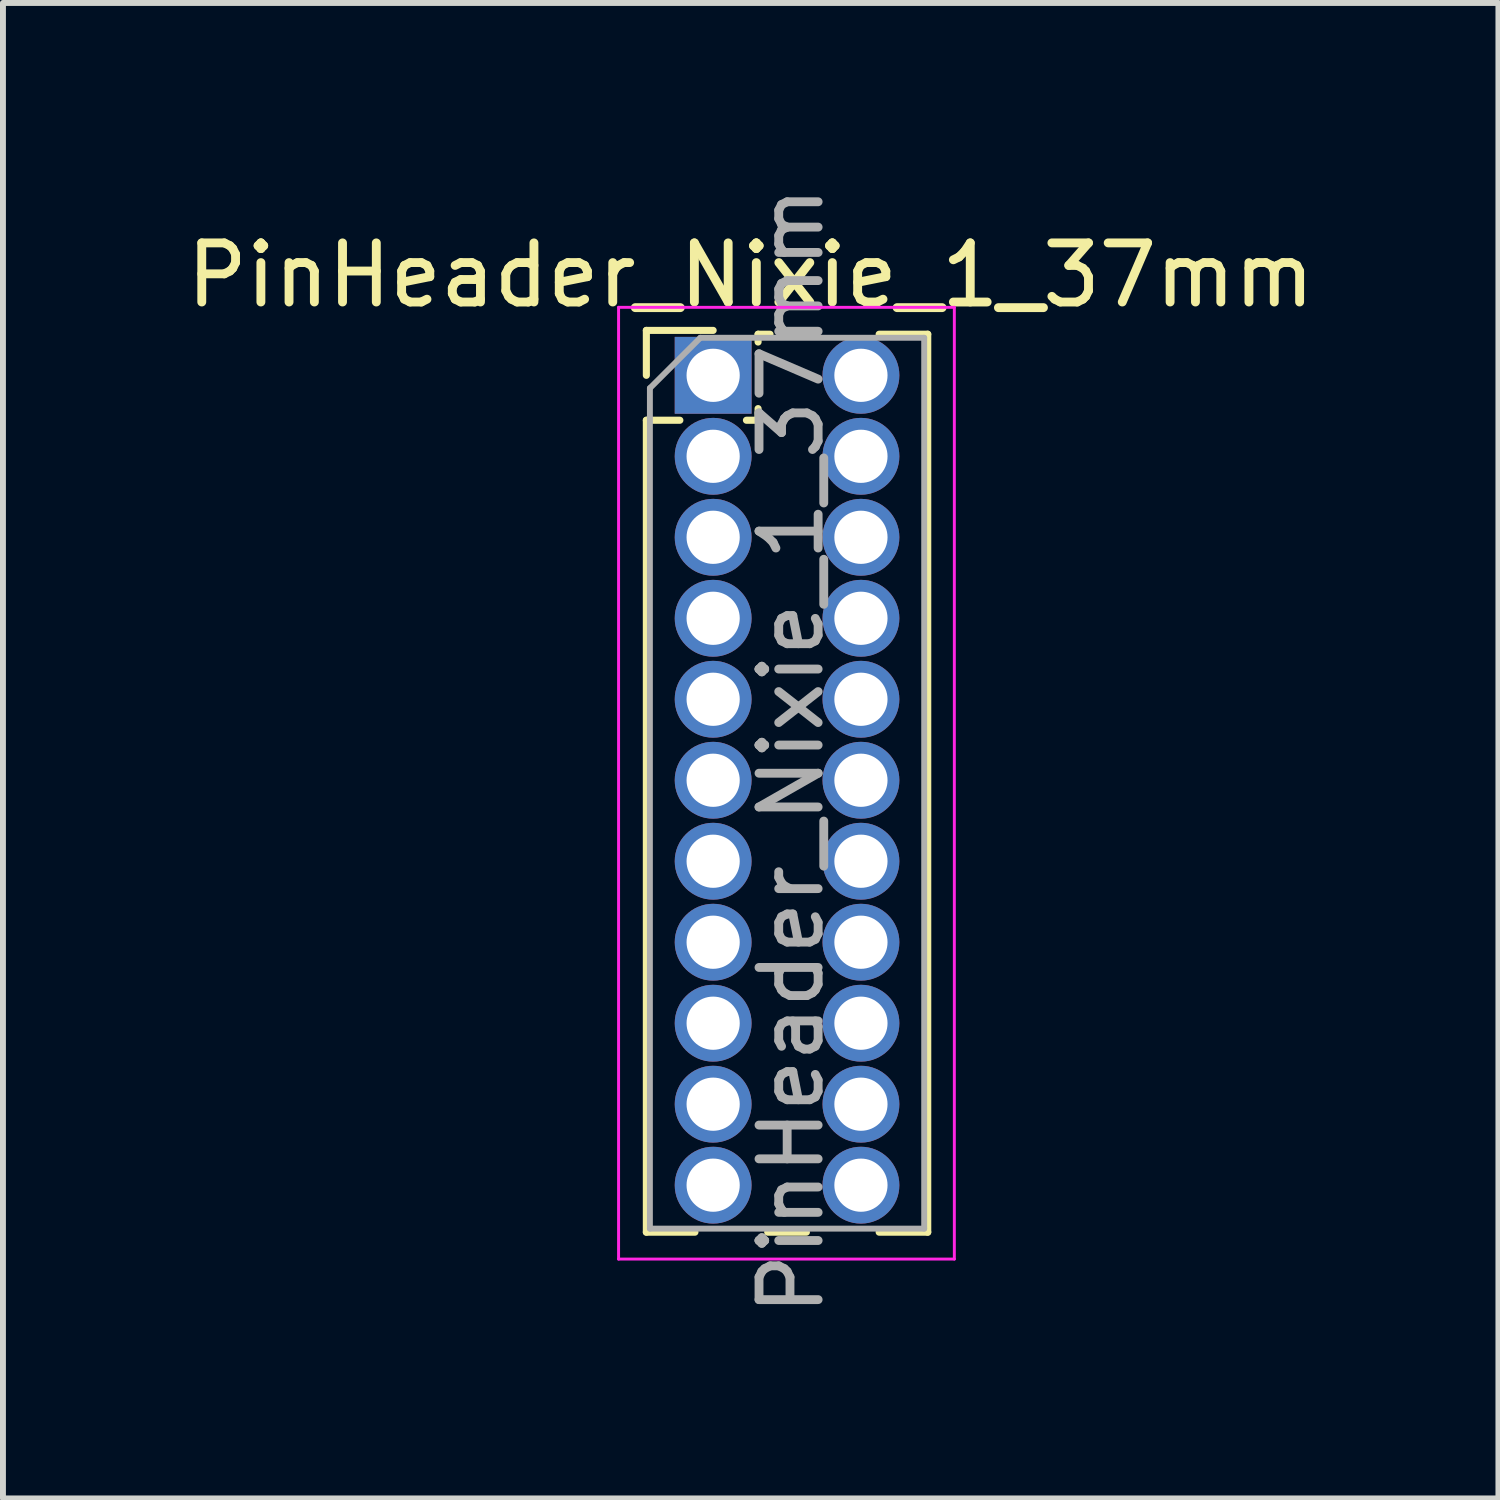
<source format=kicad_pcb>
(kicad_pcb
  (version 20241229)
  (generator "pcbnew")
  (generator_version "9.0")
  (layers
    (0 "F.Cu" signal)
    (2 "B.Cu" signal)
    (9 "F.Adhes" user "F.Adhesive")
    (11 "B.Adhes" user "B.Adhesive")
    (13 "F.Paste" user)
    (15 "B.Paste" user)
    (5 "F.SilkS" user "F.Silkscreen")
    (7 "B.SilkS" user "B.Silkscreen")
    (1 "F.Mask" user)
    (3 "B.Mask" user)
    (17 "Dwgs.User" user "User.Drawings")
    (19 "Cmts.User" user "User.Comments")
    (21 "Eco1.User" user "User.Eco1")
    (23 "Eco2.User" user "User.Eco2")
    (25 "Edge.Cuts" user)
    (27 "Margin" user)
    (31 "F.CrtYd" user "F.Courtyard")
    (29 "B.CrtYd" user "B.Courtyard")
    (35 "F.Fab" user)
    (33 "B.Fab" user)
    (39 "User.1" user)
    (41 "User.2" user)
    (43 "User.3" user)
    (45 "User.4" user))
  (footprint "PinHeader_Nixie_1_37mm"
    (layer "F.Cu")
    (at 9.014 3.299)
    (property "Reference" "PinHeader_Nixie_1_37mm" (at 0.635 -1.695 180) (layer "F.SilkS") (effects (font (size 1 1) (thickness 0.15))))
    (attr through_hole)
    (fp_line (start -1.13 -0.76) (end 0 -0.76) (stroke (width 0.12) (type solid)) (layer "F.SilkS"))
    (fp_line (start -1.13 0) (end -1.13 -0.76) (stroke (width 0.12) (type solid)) (layer "F.SilkS"))
    (fp_line (start -1.13 0.76) (end -1.13 14.495) (stroke (width 0.12) (type solid)) (layer "F.SilkS"))
    (fp_line (start -1.13 0.76) (end -0.563 0.76) (stroke (width 0.12) (type solid)) (layer "F.SilkS"))
    (fp_line (start -1.13 14.495) (end -0.308 14.495) (stroke (width 0.12) (type solid)) (layer "F.SilkS"))
    (fp_line (start 0.563 0.76) (end 0.707 0.76) (stroke (width 0.12) (type solid)) (layer "F.SilkS"))
    (fp_line (start 0.76 -0.695) (end 0.962 -0.695) (stroke (width 0.12) (type solid)) (layer "F.SilkS"))
    (fp_line (start 0.76 -0.563) (end 0.76 -0.695) (stroke (width 0.12) (type solid)) (layer "F.SilkS"))
    (fp_line (start 0.76 0.707) (end 0.76 0.563) (stroke (width 0.12) (type solid)) (layer "F.SilkS"))
    (fp_line (start 0.923 14.495) (end 1.577 14.495) (stroke (width 0.12) (type solid)) (layer "F.SilkS"))
    (fp_line (start 2.808 -0.695) (end 3.63 -0.695) (stroke (width 0.12) (type solid)) (layer "F.SilkS"))
    (fp_line (start 2.808 14.495) (end 3.63 14.495) (stroke (width 0.12) (type solid)) (layer "F.SilkS"))
    (fp_line (start 3.63 -0.695) (end 3.63 14.495) (stroke (width 0.12) (type solid)) (layer "F.SilkS"))
    (fp_line (start -1.6 -1.15) (end -1.6 14.95) (stroke (width 0.05) (type solid)) (layer "F.CrtYd"))
    (fp_line (start -1.6 14.95) (end 4.08 14.95) (stroke (width 0.05) (type solid)) (layer "F.CrtYd"))
    (fp_line (start 4.08 -1.15) (end -1.6 -1.15) (stroke (width 0.05) (type solid)) (layer "F.CrtYd"))
    (fp_line (start 4.08 14.95) (end 4.08 -1.15) (stroke (width 0.05) (type solid)) (layer "F.CrtYd"))
    (fp_line (start -1.07 0.217) (end -0.217 -0.635) (stroke (width 0.1) (type solid)) (layer "F.Fab"))
    (fp_line (start -1.07 14.435) (end -1.07 0.217) (stroke (width 0.1) (type solid)) (layer "F.Fab"))
    (fp_line (start -0.217 -0.635) (end 3.57 -0.635) (stroke (width 0.1) (type solid)) (layer "F.Fab"))
    (fp_line (start 3.57 -0.635) (end 3.57 14.435) (stroke (width 0.1) (type solid)) (layer "F.Fab"))
    (fp_line (start 3.57 14.435) (end -1.07 14.435) (stroke (width 0.1) (type solid)) (layer "F.Fab"))
    (fp_text user "${REFERENCE}" (at 1.321 6.35 270) (layer "F.Fab") (effects (font (size 1 1) (thickness 0.15))))
    (pad "1" thru_hole rect (at 0 0) (size 1.3 1.3) (drill 0.9) (layers "*.Cu" "*.Mask"))
    (pad "2" thru_hole oval (at 2.5 0) (size 1.3 1.3) (drill 0.9) (layers "*.Cu" "*.Mask"))
    (pad "3" thru_hole oval (at 0 1.37) (size 1.3 1.3) (drill 0.9) (layers "*.Cu" "*.Mask"))
    (pad "4" thru_hole oval (at 2.5 1.37) (size 1.3 1.3) (drill 0.9) (layers "*.Cu" "*.Mask"))
    (pad "5" thru_hole oval (at 0 2.74) (size 1.3 1.3) (drill 0.9) (layers "*.Cu" "*.Mask"))
    (pad "6" thru_hole oval (at 2.5 2.74) (size 1.3 1.3) (drill 0.9) (layers "*.Cu" "*.Mask"))
    (pad "7" thru_hole oval (at 0 4.11) (size 1.3 1.3) (drill 0.9) (layers "*.Cu" "*.Mask"))
    (pad "8" thru_hole oval (at 2.5 4.11) (size 1.3 1.3) (drill 0.9) (layers "*.Cu" "*.Mask"))
    (pad "9" thru_hole oval (at 0 5.48) (size 1.3 1.3) (drill 0.9) (layers "*.Cu" "*.Mask"))
    (pad "10" thru_hole oval (at 2.5 5.48) (size 1.3 1.3) (drill 0.9) (layers "*.Cu" "*.Mask"))
    (pad "11" thru_hole oval (at 0 6.85) (size 1.3 1.3) (drill 0.9) (layers "*.Cu" "*.Mask"))
    (pad "12" thru_hole oval (at 2.5 6.85) (size 1.3 1.3) (drill 0.9) (layers "*.Cu" "*.Mask"))
    (pad "13" thru_hole oval (at 0 8.22) (size 1.3 1.3) (drill 0.9) (layers "*.Cu" "*.Mask"))
    (pad "14" thru_hole oval (at 2.5 8.22) (size 1.3 1.3) (drill 0.9) (layers "*.Cu" "*.Mask"))
    (pad "15" thru_hole oval (at 0 9.59) (size 1.3 1.3) (drill 0.9) (layers "*.Cu" "*.Mask"))
    (pad "16" thru_hole oval (at 2.5 9.59) (size 1.3 1.3) (drill 0.9) (layers "*.Cu" "*.Mask"))
    (pad "17" thru_hole oval (at 0 10.96) (size 1.3 1.3) (drill 0.9) (layers "*.Cu" "*.Mask"))
    (pad "18" thru_hole oval (at 2.5 10.96) (size 1.3 1.3) (drill 0.9) (layers "*.Cu" "*.Mask"))
    (pad "19" thru_hole oval (at 0 12.33) (size 1.3 1.3) (drill 0.9) (layers "*.Cu" "*.Mask"))
    (pad "20" thru_hole oval (at 2.5 12.33) (size 1.3 1.3) (drill 0.9) (layers "*.Cu" "*.Mask"))
    (pad "21" thru_hole oval (at 0 13.7) (size 1.3 1.3) (drill 0.9) (layers "*.Cu" "*.Mask"))
    (pad "22" thru_hole oval (at 2.5 13.7) (size 1.3 1.3) (drill 0.9) (layers "*.Cu" "*.Mask")))
  (gr_rect
    (start -3 -3)
    (end 22.298 22.298)
    (stroke (width 0.1) (type default))
    (fill no)
    (layer "Edge.Cuts")))
</source>
